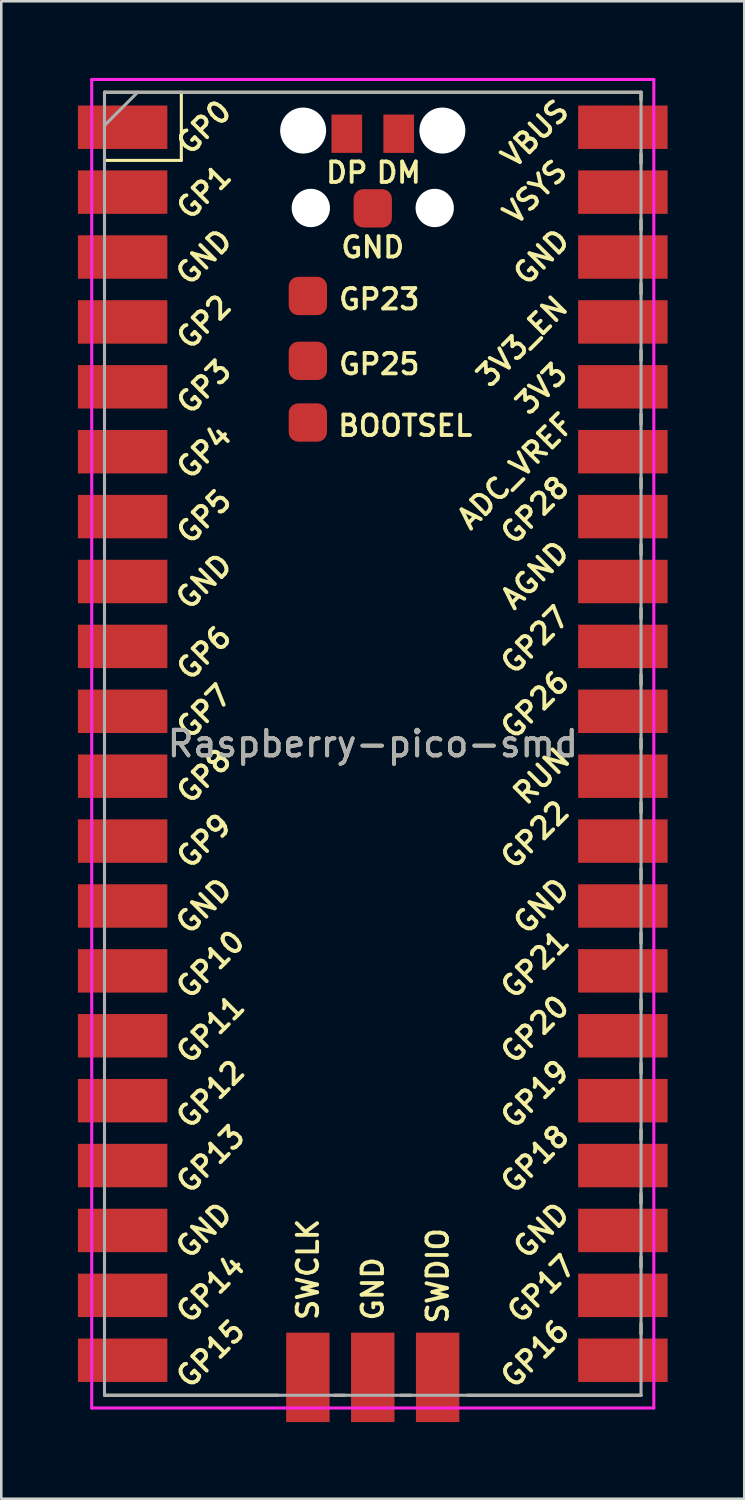
<source format=kicad_pcb>
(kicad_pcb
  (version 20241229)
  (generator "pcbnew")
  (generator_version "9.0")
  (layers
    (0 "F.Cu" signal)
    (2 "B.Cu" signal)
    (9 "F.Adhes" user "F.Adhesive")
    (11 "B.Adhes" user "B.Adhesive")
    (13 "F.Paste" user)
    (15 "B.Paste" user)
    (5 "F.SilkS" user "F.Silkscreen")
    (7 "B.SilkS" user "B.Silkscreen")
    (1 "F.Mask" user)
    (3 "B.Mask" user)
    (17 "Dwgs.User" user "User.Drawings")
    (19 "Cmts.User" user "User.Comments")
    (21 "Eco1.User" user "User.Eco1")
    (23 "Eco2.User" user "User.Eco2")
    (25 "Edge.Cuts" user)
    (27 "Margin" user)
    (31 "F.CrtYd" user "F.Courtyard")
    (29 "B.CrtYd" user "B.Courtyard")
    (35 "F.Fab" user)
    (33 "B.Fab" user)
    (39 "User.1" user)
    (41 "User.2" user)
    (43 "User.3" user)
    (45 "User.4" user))
  (footprint "Raspberry-pico-smd"
    (layer "F.Cu")
    (at 11.54 26.06)
    (property "Reference" "Raspberry-pico-smd" (at 0 0 0) (layer "F.SilkS") (effects (font (size 1 1) (thickness 0.15))))
    (attr through_hole)
    (fp_line (start -10.5 -25.5) (end -10.5 -25.2) (stroke (width 0.12) (type solid)) (layer "F.SilkS"))
    (fp_line (start -10.5 -25.5) (end 10.5 -25.5) (stroke (width 0.12) (type solid)) (layer "F.SilkS"))
    (fp_line (start -10.5 -23.1) (end -10.5 -22.7) (stroke (width 0.12) (type solid)) (layer "F.SilkS"))
    (fp_line (start -10.5 -22.833) (end -7.493 -22.833) (stroke (width 0.12) (type solid)) (layer "F.SilkS"))
    (fp_line (start -10.5 -20.5) (end -10.5 -20.1) (stroke (width 0.12) (type solid)) (layer "F.SilkS"))
    (fp_line (start -10.5 -18) (end -10.5 -17.6) (stroke (width 0.12) (type solid)) (layer "F.SilkS"))
    (fp_line (start -10.5 -15.4) (end -10.5 -15) (stroke (width 0.12) (type solid)) (layer "F.SilkS"))
    (fp_line (start -10.5 -12.9) (end -10.5 -12.5) (stroke (width 0.12) (type solid)) (layer "F.SilkS"))
    (fp_line (start -10.5 -10.4) (end -10.5 -10) (stroke (width 0.12) (type solid)) (layer "F.SilkS"))
    (fp_line (start -10.5 -7.8) (end -10.5 -7.4) (stroke (width 0.12) (type solid)) (layer "F.SilkS"))
    (fp_line (start -10.5 -5.3) (end -10.5 -4.9) (stroke (width 0.12) (type solid)) (layer "F.SilkS"))
    (fp_line (start -10.5 -2.7) (end -10.5 -2.3) (stroke (width 0.12) (type solid)) (layer "F.SilkS"))
    (fp_line (start -10.5 -0.2) (end -10.5 0.2) (stroke (width 0.12) (type solid)) (layer "F.SilkS"))
    (fp_line (start -10.5 2.3) (end -10.5 2.7) (stroke (width 0.12) (type solid)) (layer "F.SilkS"))
    (fp_line (start -10.5 4.9) (end -10.5 5.3) (stroke (width 0.12) (type solid)) (layer "F.SilkS"))
    (fp_line (start -10.5 7.4) (end -10.5 7.8) (stroke (width 0.12) (type solid)) (layer "F.SilkS"))
    (fp_line (start -10.5 10) (end -10.5 10.4) (stroke (width 0.12) (type solid)) (layer "F.SilkS"))
    (fp_line (start -10.5 12.5) (end -10.5 12.9) (stroke (width 0.12) (type solid)) (layer "F.SilkS"))
    (fp_line (start -10.5 15.1) (end -10.5 15.5) (stroke (width 0.12) (type solid)) (layer "F.SilkS"))
    (fp_line (start -10.5 17.6) (end -10.5 18) (stroke (width 0.12) (type solid)) (layer "F.SilkS"))
    (fp_line (start -10.5 20.1) (end -10.5 20.5) (stroke (width 0.12) (type solid)) (layer "F.SilkS"))
    (fp_line (start -10.5 22.7) (end -10.5 23.1) (stroke (width 0.12) (type solid)) (layer "F.SilkS"))
    (fp_line (start -7.493 -22.833) (end -7.493 -25.5) (stroke (width 0.12) (type solid)) (layer "F.SilkS"))
    (fp_line (start -3.7 25.5) (end -10.5 25.5) (stroke (width 0.12) (type solid)) (layer "F.SilkS"))
    (fp_line (start -1.5 25.5) (end -1.1 25.5) (stroke (width 0.12) (type solid)) (layer "F.SilkS"))
    (fp_line (start 1.1 25.5) (end 1.5 25.5) (stroke (width 0.12) (type solid)) (layer "F.SilkS"))
    (fp_line (start 10.5 -25.5) (end 10.5 -25.2) (stroke (width 0.12) (type solid)) (layer "F.SilkS"))
    (fp_line (start 10.5 -23.1) (end 10.5 -22.7) (stroke (width 0.12) (type solid)) (layer "F.SilkS"))
    (fp_line (start 10.5 -20.5) (end 10.5 -20.1) (stroke (width 0.12) (type solid)) (layer "F.SilkS"))
    (fp_line (start 10.5 -18) (end 10.5 -17.6) (stroke (width 0.12) (type solid)) (layer "F.SilkS"))
    (fp_line (start 10.5 -15.4) (end 10.5 -15) (stroke (width 0.12) (type solid)) (layer "F.SilkS"))
    (fp_line (start 10.5 -12.9) (end 10.5 -12.5) (stroke (width 0.12) (type solid)) (layer "F.SilkS"))
    (fp_line (start 10.5 -10.4) (end 10.5 -10) (stroke (width 0.12) (type solid)) (layer "F.SilkS"))
    (fp_line (start 10.5 -7.8) (end 10.5 -7.4) (stroke (width 0.12) (type solid)) (layer "F.SilkS"))
    (fp_line (start 10.5 -5.3) (end 10.5 -4.9) (stroke (width 0.12) (type solid)) (layer "F.SilkS"))
    (fp_line (start 10.5 -2.7) (end 10.5 -2.3) (stroke (width 0.12) (type solid)) (layer "F.SilkS"))
    (fp_line (start 10.5 -0.2) (end 10.5 0.2) (stroke (width 0.12) (type solid)) (layer "F.SilkS"))
    (fp_line (start 10.5 2.3) (end 10.5 2.7) (stroke (width 0.12) (type solid)) (layer "F.SilkS"))
    (fp_line (start 10.5 4.9) (end 10.5 5.3) (stroke (width 0.12) (type solid)) (layer "F.SilkS"))
    (fp_line (start 10.5 7.4) (end 10.5 7.8) (stroke (width 0.12) (type solid)) (layer "F.SilkS"))
    (fp_line (start 10.5 10) (end 10.5 10.4) (stroke (width 0.12) (type solid)) (layer "F.SilkS"))
    (fp_line (start 10.5 12.5) (end 10.5 12.9) (stroke (width 0.12) (type solid)) (layer "F.SilkS"))
    (fp_line (start 10.5 15.1) (end 10.5 15.5) (stroke (width 0.12) (type solid)) (layer "F.SilkS"))
    (fp_line (start 10.5 17.6) (end 10.5 18) (stroke (width 0.12) (type solid)) (layer "F.SilkS"))
    (fp_line (start 10.5 20.1) (end 10.5 20.5) (stroke (width 0.12) (type solid)) (layer "F.SilkS"))
    (fp_line (start 10.5 22.7) (end 10.5 23.1) (stroke (width 0.12) (type solid)) (layer "F.SilkS"))
    (fp_line (start 10.5 25.5) (end 3.7 25.5) (stroke (width 0.12) (type solid)) (layer "F.SilkS"))
    (fp_line (start -11 -26) (end 11 -26) (stroke (width 0.12) (type solid)) (layer "F.CrtYd"))
    (fp_line (start -11 26) (end -11 -26) (stroke (width 0.12) (type solid)) (layer "F.CrtYd"))
    (fp_line (start 11 -26) (end 11 26) (stroke (width 0.12) (type solid)) (layer "F.CrtYd"))
    (fp_line (start 11 26) (end -11 26) (stroke (width 0.12) (type solid)) (layer "F.CrtYd"))
    (fp_line (start -10.5 -25.5) (end 10.5 -25.5) (stroke (width 0.12) (type solid)) (layer "F.Fab"))
    (fp_line (start -10.5 -24.2) (end -9.2 -25.5) (stroke (width 0.12) (type solid)) (layer "F.Fab"))
    (fp_line (start -10.5 25.5) (end -10.5 -25.5) (stroke (width 0.12) (type solid)) (layer "F.Fab"))
    (fp_line (start 10.5 -25.5) (end 10.5 25.5) (stroke (width 0.12) (type solid)) (layer "F.Fab"))
    (fp_line (start 10.5 25.5) (end -10.5 25.5) (stroke (width 0.12) (type solid)) (layer "F.Fab"))
    (fp_text user "GND" (at -6.604 6.35 45) (layer "F.SilkS") (effects (font (size 0.8 0.8) (thickness 0.15))))
    (fp_text user "GP25" (at 0.254 -14.859 0) (layer "F.SilkS") (effects (font (size 0.8 0.8) (thickness 0.15))))
    (fp_text user "GND" (at -6.604 -6.35 45) (layer "F.SilkS") (effects (font (size 0.8 0.8) (thickness 0.15))))
    (fp_text user "GP3" (at -6.604 -13.97 45) (layer "F.SilkS") (effects (font (size 0.8 0.8) (thickness 0.15))))
    (fp_text user "GP6" (at -6.604 -3.556 45) (layer "F.SilkS") (effects (font (size 0.8 0.8) (thickness 0.15))))
    (fp_text user "GP21" (at 6.35 8.636 45) (layer "F.SilkS") (effects (font (size 0.8 0.8) (thickness 0.15))))
    (fp_text user "SWCLK" (at -2.54 20.574 90) (layer "F.SilkS") (effects (font (size 0.8 0.8) (thickness 0.15))))
    (fp_text user "GND" (at 6.604 6.35 45) (layer "F.SilkS") (effects (font (size 0.8 0.8) (thickness 0.15))))
    (fp_text user "GND" (at 0 -19.431 0) (layer "F.SilkS") (effects (font (size 0.8 0.8) (thickness 0.15))))
    (fp_text user "GP7" (at -6.604 -1.27 45) (layer "F.SilkS") (effects (font (size 0.8 0.8) (thickness 0.15))))
    (fp_text user "GP0" (at -6.604 -24.13 45) (layer "F.SilkS") (effects (font (size 0.8 0.8) (thickness 0.15))))
    (fp_text user "GND" (at 6.604 19.05 45) (layer "F.SilkS") (effects (font (size 0.8 0.8) (thickness 0.15))))
    (fp_text user "AGND" (at 6.35 -6.604 45) (layer "F.SilkS") (effects (font (size 0.8 0.8) (thickness 0.15))))
    (fp_text user "GP23" (at 0.254 -17.399 0) (layer "F.SilkS") (effects (font (size 0.8 0.8) (thickness 0.15))))
    (fp_text user "DM" (at 1.016 -22.352 0) (layer "F.SilkS") (effects (font (size 0.8 0.8) (thickness 0.15))))
    (fp_text user "3V3" (at 6.604 -13.9 45) (layer "F.SilkS") (effects (font (size 0.8 0.8) (thickness 0.15))))
    (fp_text user "GP12" (at -6.35 13.716 45) (layer "F.SilkS") (effects (font (size 0.8 0.8) (thickness 0.15))))
    (fp_text user "GP4" (at -6.604 -11.43 45) (layer "F.SilkS") (effects (font (size 0.8 0.8) (thickness 0.15))))
    (fp_text user "GP8" (at -6.604 1.27 45) (layer "F.SilkS") (effects (font (size 0.8 0.8) (thickness 0.15))))
    (fp_text user "GP1" (at -6.604 -21.59 45) (layer "F.SilkS") (effects (font (size 0.8 0.8) (thickness 0.15))))
    (fp_text user "GP15" (at -6.35 23.876 45) (layer "F.SilkS") (effects (font (size 0.8 0.8) (thickness 0.15))))
    (fp_text user "GP18" (at 6.35 16.256 45) (layer "F.SilkS") (effects (font (size 0.8 0.8) (thickness 0.15))))
    (fp_text user "GP14" (at -6.35 21.336 45) (layer "F.SilkS") (effects (font (size 0.8 0.8) (thickness 0.15))))
    (fp_text user "GND" (at -6.604 -19.05 45) (layer "F.SilkS") (effects (font (size 0.8 0.8) (thickness 0.15))))
    (fp_text user "GP28" (at 6.35 -9.144 45) (layer "F.SilkS") (effects (font (size 0.8 0.8) (thickness 0.15))))
    (fp_text user "GP26" (at 6.35 -1.524 45) (layer "F.SilkS") (effects (font (size 0.8 0.8) (thickness 0.15))))
    (fp_text user "GP9" (at -6.604 3.81 45) (layer "F.SilkS") (effects (font (size 0.8 0.8) (thickness 0.15))))
    (fp_text user "3V3_EN" (at 5.842 -15.748 45) (layer "F.SilkS") (effects (font (size 0.8 0.8) (thickness 0.15))))
    (fp_text user "GP19" (at 6.35 13.716 45) (layer "F.SilkS") (effects (font (size 0.8 0.8) (thickness 0.15))))
    (fp_text user "GP2" (at -6.604 -16.51 45) (layer "F.SilkS") (effects (font (size 0.8 0.8) (thickness 0.15))))
    (fp_text user "DP" (at -1.016 -22.352 0) (layer "F.SilkS") (effects (font (size 0.8 0.8) (thickness 0.15))))
    (fp_text user "RUN" (at 6.604 1.27 45) (layer "F.SilkS") (effects (font (size 0.8 0.8) (thickness 0.15))))
    (fp_text user "ADC_VREF" (at 5.588 -10.668 45) (layer "F.SilkS") (effects (font (size 0.8 0.8) (thickness 0.15))))
    (fp_text user "GP22" (at 6.35 3.556 45) (layer "F.SilkS") (effects (font (size 0.8 0.8) (thickness 0.15))))
    (fp_text user "GND" (at -6.604 19.05 45) (layer "F.SilkS") (effects (font (size 0.8 0.8) (thickness 0.15))))
    (fp_text user "BOOTSEL" (at 1.27 -12.446 0) (layer "F.SilkS") (effects (font (size 0.8 0.8) (thickness 0.15))))
    (fp_text user "GP27" (at 6.35 -4.064 45) (layer "F.SilkS") (effects (font (size 0.8 0.8) (thickness 0.15))))
    (fp_text user "GP5" (at -6.604 -8.89 45) (layer "F.SilkS") (effects (font (size 0.8 0.8) (thickness 0.15))))
    (fp_text user "VSYS" (at 6.35 -21.59 45) (layer "F.SilkS") (effects (font (size 0.8 0.8) (thickness 0.15))))
    (fp_text user "GP20" (at 6.35 11.176 45) (layer "F.SilkS") (effects (font (size 0.8 0.8) (thickness 0.15))))
    (fp_text user "SWDIO" (at 2.54 20.828 90) (layer "F.SilkS") (effects (font (size 0.8 0.8) (thickness 0.15))))
    (fp_text user "GND" (at 6.604 -19.05 45) (layer "F.SilkS") (effects (font (size 0.8 0.8) (thickness 0.15))))
    (fp_text user "GND" (at 0 21.336 90) (layer "F.SilkS") (effects (font (size 0.8 0.8) (thickness 0.15))))
    (fp_text user "GP11" (at -6.35 11.176 45) (layer "F.SilkS") (effects (font (size 0.8 0.8) (thickness 0.15))))
    (fp_text user "GP13" (at -6.35 16.256 45) (layer "F.SilkS") (effects (font (size 0.8 0.8) (thickness 0.15))))
    (fp_text user "GP17" (at 6.604 21.336 45) (layer "F.SilkS") (effects (font (size 0.8 0.8) (thickness 0.15))))
    (fp_text user "GP16" (at 6.35 23.876 45) (layer "F.SilkS") (effects (font (size 0.8 0.8) (thickness 0.15))))
    (fp_text user "VBUS" (at 6.35 -23.876 45) (layer "F.SilkS") (effects (font (size 0.8 0.8) (thickness 0.15))))
    (fp_text user "GP10" (at -6.35 8.636 45) (layer "F.SilkS") (effects (font (size 0.8 0.8) (thickness 0.15))))
    (fp_text user "${REFERENCE}" (at 0 0 180) (layer "F.Fab") (effects (font (size 1 1) (thickness 0.15))))
    (pad "" np_thru_hole oval (at -2.725 -24) (size 1.8 1.8) (drill 1.8) (layers "*.Cu" "*.Mask"))
    (pad "" np_thru_hole oval (at -2.425 -20.97) (size 1.5 1.5) (drill 1.5) (layers "*.Cu" "*.Mask"))
    (pad "" np_thru_hole oval (at 2.425 -20.97) (size 1.5 1.5) (drill 1.5) (layers "*.Cu" "*.Mask"))
    (pad "" np_thru_hole oval (at 2.725 -24) (size 1.8 1.8) (drill 1.8) (layers "*.Cu" "*.Mask"))
    (pad "1" smd rect (at -8.89 -24.13) (size 3.5 1.7) (drill (offset -0.9 0)) (layers "F.Cu" "F.Mask"))
    (pad "2" smd rect (at -8.89 -21.59) (size 3.5 1.7) (drill (offset -0.9 0)) (layers "F.Cu" "F.Mask"))
    (pad "3" smd rect (at -8.89 -19.05) (size 3.5 1.7) (drill (offset -0.9 0)) (layers "F.Cu" "F.Mask"))
    (pad "4" smd rect (at -8.89 -16.51) (size 3.5 1.7) (drill (offset -0.9 0)) (layers "F.Cu" "F.Mask"))
    (pad "5" smd rect (at -8.89 -13.97) (size 3.5 1.7) (drill (offset -0.9 0)) (layers "F.Cu" "F.Mask"))
    (pad "6" smd rect (at -8.89 -11.43) (size 3.5 1.7) (drill (offset -0.9 0)) (layers "F.Cu" "F.Mask"))
    (pad "7" smd rect (at -8.89 -8.89) (size 3.5 1.7) (drill (offset -0.9 0)) (layers "F.Cu" "F.Mask"))
    (pad "8" smd rect (at -8.89 -6.35) (size 3.5 1.7) (drill (offset -0.9 0)) (layers "F.Cu" "F.Mask"))
    (pad "9" smd rect (at -8.89 -3.81) (size 3.5 1.7) (drill (offset -0.9 0)) (layers "F.Cu" "F.Mask"))
    (pad "10" smd rect (at -8.89 -1.27) (size 3.5 1.7) (drill (offset -0.9 0)) (layers "F.Cu" "F.Mask"))
    (pad "11" smd rect (at -8.89 1.27) (size 3.5 1.7) (drill (offset -0.9 0)) (layers "F.Cu" "F.Mask"))
    (pad "12" smd rect (at -8.89 3.81) (size 3.5 1.7) (drill (offset -0.9 0)) (layers "F.Cu" "F.Mask"))
    (pad "13" smd rect (at -8.89 6.35) (size 3.5 1.7) (drill (offset -0.9 0)) (layers "F.Cu" "F.Mask"))
    (pad "14" smd rect (at -8.89 8.89) (size 3.5 1.7) (drill (offset -0.9 0)) (layers "F.Cu" "F.Mask"))
    (pad "15" smd rect (at -8.89 11.43) (size 3.5 1.7) (drill (offset -0.9 0)) (layers "F.Cu" "F.Mask"))
    (pad "16" smd rect (at -8.89 13.97) (size 3.5 1.7) (drill (offset -0.9 0)) (layers "F.Cu" "F.Mask"))
    (pad "17" smd rect (at -8.89 16.51) (size 3.5 1.7) (drill (offset -0.9 0)) (layers "F.Cu" "F.Mask"))
    (pad "18" smd rect (at -8.89 19.05) (size 3.5 1.7) (drill (offset -0.9 0)) (layers "F.Cu" "F.Mask"))
    (pad "19" smd rect (at -8.89 21.59) (size 3.5 1.7) (drill (offset -0.9 0)) (layers "F.Cu" "F.Mask"))
    (pad "20" smd rect (at -8.89 24.13) (size 3.5 1.7) (drill (offset -0.9 0)) (layers "F.Cu" "F.Mask"))
    (pad "21" smd rect (at 8.89 24.13) (size 3.5 1.7) (drill (offset 0.9 0)) (layers "F.Cu" "F.Mask"))
    (pad "22" smd rect (at 8.89 21.59) (size 3.5 1.7) (drill (offset 0.9 0)) (layers "F.Cu" "F.Mask"))
    (pad "23" smd rect (at 8.89 19.05) (size 3.5 1.7) (drill (offset 0.9 0)) (layers "F.Cu" "F.Mask"))
    (pad "24" smd rect (at 8.89 16.51) (size 3.5 1.7) (drill (offset 0.9 0)) (layers "F.Cu" "F.Mask"))
    (pad "25" smd rect (at 8.89 13.97) (size 3.5 1.7) (drill (offset 0.9 0)) (layers "F.Cu" "F.Mask"))
    (pad "26" smd rect (at 8.89 11.43) (size 3.5 1.7) (drill (offset 0.9 0)) (layers "F.Cu" "F.Mask"))
    (pad "27" smd rect (at 8.89 8.89) (size 3.5 1.7) (drill (offset 0.9 0)) (layers "F.Cu" "F.Mask"))
    (pad "28" smd rect (at 8.89 6.35) (size 3.5 1.7) (drill (offset 0.9 0)) (layers "F.Cu" "F.Mask"))
    (pad "29" smd rect (at 8.89 3.81) (size 3.5 1.7) (drill (offset 0.9 0)) (layers "F.Cu" "F.Mask"))
    (pad "30" smd rect (at 8.89 1.27) (size 3.5 1.7) (drill (offset 0.9 0)) (layers "F.Cu" "F.Mask"))
    (pad "31" smd rect (at 8.89 -1.27) (size 3.5 1.7) (drill (offset 0.9 0)) (layers "F.Cu" "F.Mask"))
    (pad "32" smd rect (at 8.89 -3.81) (size 3.5 1.7) (drill (offset 0.9 0)) (layers "F.Cu" "F.Mask"))
    (pad "33" smd rect (at 8.89 -6.35) (size 3.5 1.7) (drill (offset 0.9 0)) (layers "F.Cu" "F.Mask"))
    (pad "34" smd rect (at 8.89 -8.89) (size 3.5 1.7) (drill (offset 0.9 0)) (layers "F.Cu" "F.Mask"))
    (pad "35" smd rect (at 8.89 -11.43) (size 3.5 1.7) (drill (offset 0.9 0)) (layers "F.Cu" "F.Mask"))
    (pad "36" smd rect (at 8.89 -13.97) (size 3.5 1.7) (drill (offset 0.9 0)) (layers "F.Cu" "F.Mask"))
    (pad "37" smd rect (at 8.89 -16.51) (size 3.5 1.7) (drill (offset 0.9 0)) (layers "F.Cu" "F.Mask"))
    (pad "38" smd rect (at 8.89 -19.05) (size 3.5 1.7) (drill (offset 0.9 0)) (layers "F.Cu" "F.Mask"))
    (pad "39" smd rect (at 8.89 -21.59) (size 3.5 1.7) (drill (offset 0.9 0)) (layers "F.Cu" "F.Mask"))
    (pad "40" smd rect (at 8.89 -24.13) (size 3.5 1.7) (drill (offset 0.9 0)) (layers "F.Cu" "F.Mask"))
    (pad "41" smd roundrect (at 0 -20.955) (size 1.5 1.5) (layers "F.Cu" "F.Mask") (roundrect_rratio 0.25))
    (pad "42" smd rect (at 1.016 -23.876) (size 1.2 1.5) (layers "F.Cu" "F.Mask"))
    (pad "43" smd rect (at -1.016 -23.876) (size 1.2 1.5) (layers "F.Cu" "F.Mask"))
    (pad "44" smd roundrect (at -2.54 -17.526) (size 1.5 1.5) (layers "F.Cu" "F.Mask") (roundrect_rratio 0.25))
    (pad "45" smd roundrect (at -2.54 -14.986) (size 1.5 1.5) (layers "F.Cu" "F.Mask") (roundrect_rratio 0.25))
    (pad "46" smd roundrect (at -2.54 -12.573) (size 1.5 1.5) (layers "F.Cu" "F.Mask") (roundrect_rratio 0.25))
    (pad "47" smd rect (at -2.54 23.9 90) (size 3.5 1.7) (drill (offset -0.9 0)) (layers "F.Cu" "F.Mask"))
    (pad "48" smd rect (at 0 23.9 90) (size 3.5 1.7) (drill (offset -0.9 0)) (layers "F.Cu" "F.Mask"))
    (pad "49" smd rect (at 2.54 23.9 90) (size 3.5 1.7) (drill (offset -0.9 0)) (layers "F.Cu" "F.Mask")))
  (gr_rect
    (start -3 -3)
    (end 26.08 55.61)
    (stroke (width 0.1) (type default))
    (fill no)
    (layer "Edge.Cuts")))
</source>
